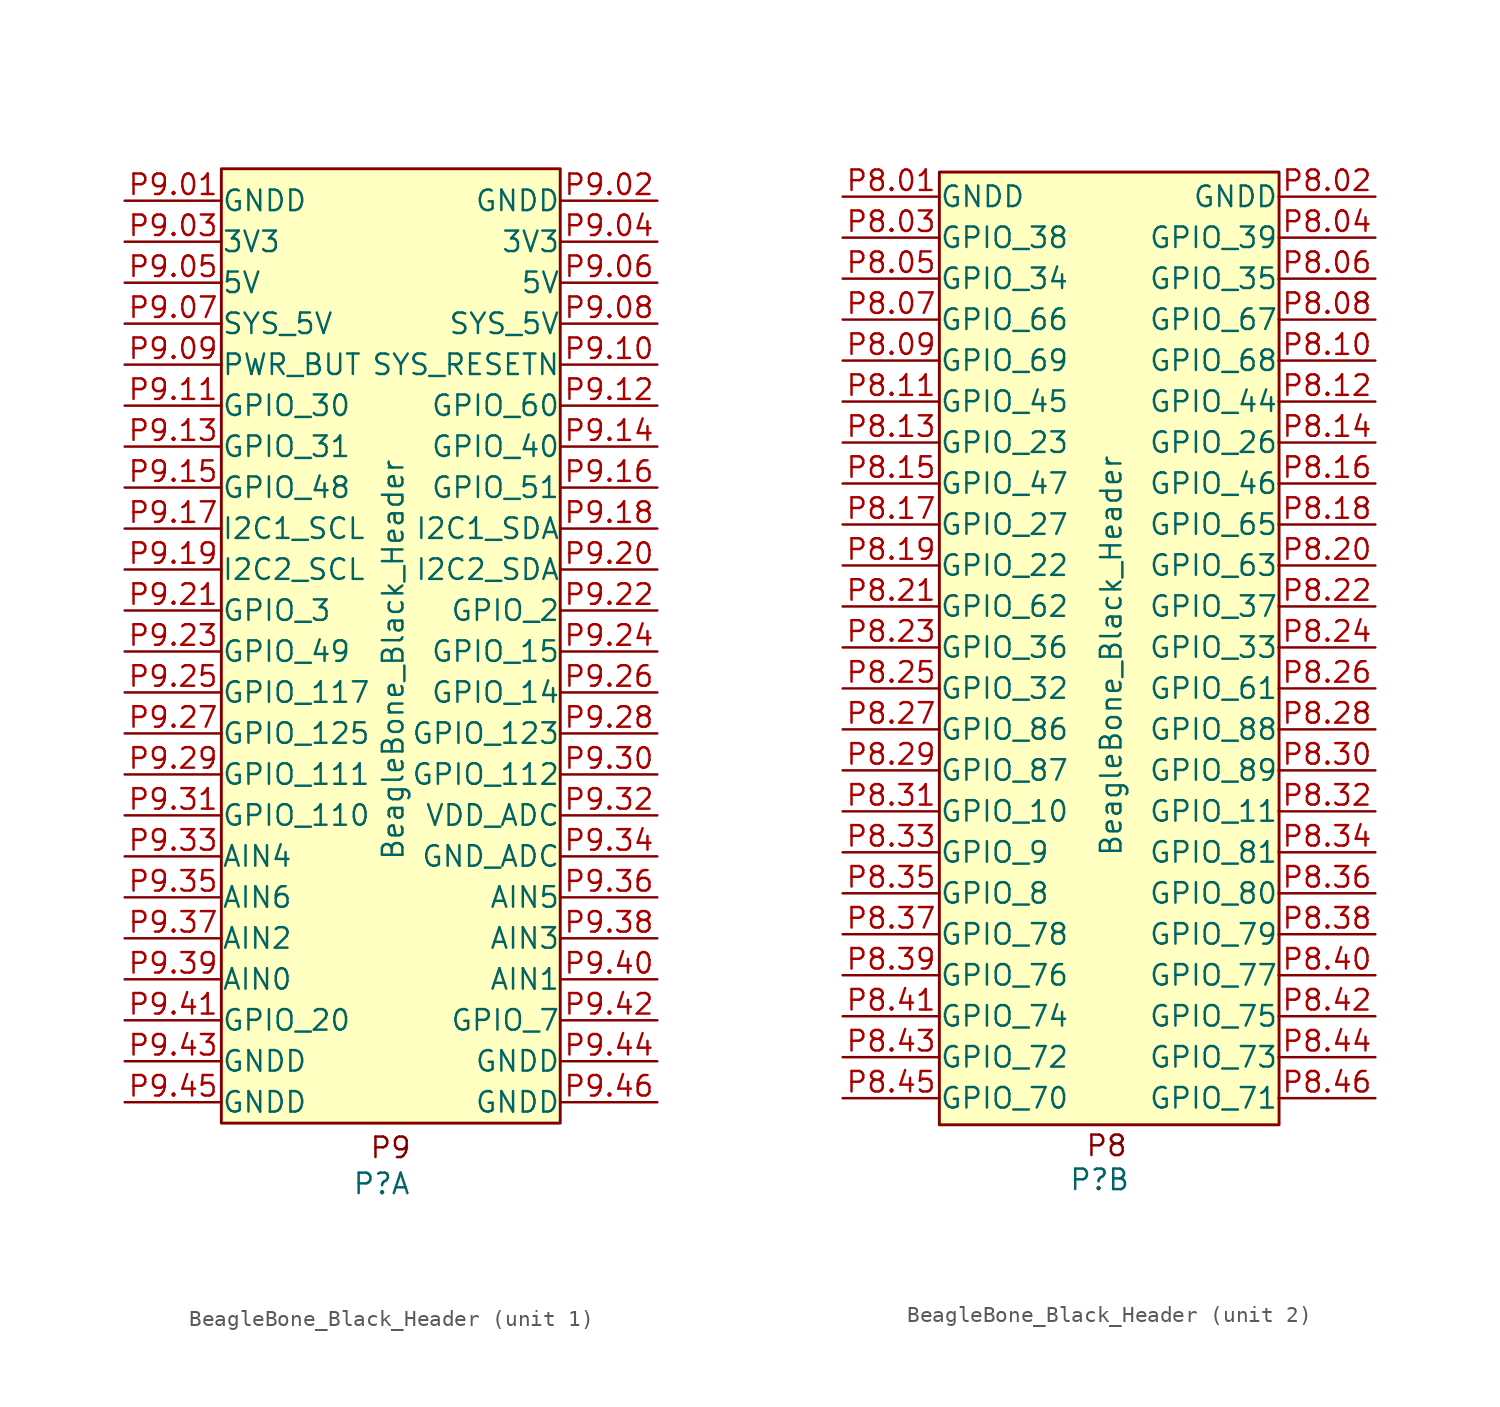
<source format=kicad_sym>
(kicad_symbol_lib
  (version 20241209)
  (generator "kicad_symbol_editor")
  (generator_version "9.0")
  (symbol "BeagleBone_Black_Header"
    (pin_names
      (offset 0.002))
    (property "Reference" "P"
      (at -0.584 -29.185 0)
      (effects (font (size 1.27 1.27))))
    (property "Value" "BeagleBone_Black_Header"
      (at 0.127 3.302 90)
      (effects (font (size 1.27 1.27))))
    (property "ki_locked" ""
      (at 0 0 0)
      (effects (font (size 1.27 1.27))))
    (symbol "BeagleBone_Black_Header_1_0"
      (text "P9" (at -0.025 -26.949 0) (effects (font (size 1.27 1.27)))))
    (symbol "BeagleBone_Black_Header_1_1"
      (rectangle (start -10.516 33.731) (end 10.49 -25.425) (stroke (width 0.18) (type default)) (fill (type background)))
      (pin power_in line (at -16.51 31.75 0) (length 6) (name "GNDD" (effects (font (size 1.27 1.27)))) (number "P9.01" (effects (font (size 1.27 1.27)))))
      (pin power_out line (at -16.51 29.21 0) (length 6) (name "3V3" (effects (font (size 1.27 1.27)))) (number "P9.03" (effects (font (size 1.27 1.27)))))
      (pin power_out line (at -16.51 26.67 0) (length 6) (name "5V" (effects (font (size 1.27 1.27)))) (number "P9.05" (effects (font (size 1.27 1.27)))))
      (pin power_out line (at -16.51 24.13 0) (length 6) (name "SYS_5V" (effects (font (size 1.27 1.27)))) (number "P9.07" (effects (font (size 1.27 1.27)))))
      (pin passive line (at -16.51 21.59 0) (length 6) (name "PWR_BUT" (effects (font (size 1.27 1.27)))) (number "P9.09" (effects (font (size 1.27 1.27)))))
      (pin bidirectional line (at -16.51 19.05 0) (length 6) (name "GPIO_30" (effects (font (size 1.27 1.27)))) (number "P9.11" (effects (font (size 1.27 1.27)))))
      (pin bidirectional line (at -16.51 16.51 0) (length 6) (name "GPIO_31" (effects (font (size 1.27 1.27)))) (number "P9.13" (effects (font (size 1.27 1.27)))))
      (pin bidirectional line (at -16.51 13.97 0) (length 6) (name "GPIO_48" (effects (font (size 1.27 1.27)))) (number "P9.15" (effects (font (size 1.27 1.27)))))
      (pin passive line (at -16.51 11.43 0) (length 6) (name "I2C1_SCL" (effects (font (size 1.27 1.27)))) (number "P9.17" (effects (font (size 1.27 1.27)))))
      (pin passive line (at -16.51 8.89 0) (length 6) (name "I2C2_SCL" (effects (font (size 1.27 1.27)))) (number "P9.19" (effects (font (size 1.27 1.27)))) (alternate "GPIO_4" passive line))
      (pin bidirectional line (at -16.51 6.35 0) (length 6) (name "GPIO_3" (effects (font (size 1.27 1.27)))) (number "P9.21" (effects (font (size 1.27 1.27)))))
      (pin bidirectional line (at -16.51 3.81 0) (length 6) (name "GPIO_49" (effects (font (size 1.27 1.27)))) (number "P9.23" (effects (font (size 1.27 1.27)))))
      (pin bidirectional line (at -16.51 1.27 0) (length 6) (name "GPIO_117" (effects (font (size 1.27 1.27)))) (number "P9.25" (effects (font (size 1.27 1.27)))))
      (pin bidirectional line (at -16.51 -1.27 0) (length 6) (name "GPIO_125" (effects (font (size 1.27 1.27)))) (number "P9.27" (effects (font (size 1.27 1.27)))))
      (pin bidirectional line (at -16.51 -3.81 0) (length 6) (name "GPIO_111" (effects (font (size 1.27 1.27)))) (number "P9.29" (effects (font (size 1.27 1.27)))))
      (pin bidirectional line (at -16.51 -6.35 0) (length 6) (name "GPIO_110" (effects (font (size 1.27 1.27)))) (number "P9.31" (effects (font (size 1.27 1.27)))))
      (pin passive line (at -16.51 -8.89 0) (length 6) (name "AIN4" (effects (font (size 1.27 1.27)))) (number "P9.33" (effects (font (size 1.27 1.27)))))
      (pin passive line (at -16.51 -11.43 0) (length 6) (name "AIN6" (effects (font (size 1.27 1.27)))) (number "P9.35" (effects (font (size 1.27 1.27)))))
      (pin passive line (at -16.51 -13.97 0) (length 6) (name "AIN2" (effects (font (size 1.27 1.27)))) (number "P9.37" (effects (font (size 1.27 1.27)))))
      (pin passive line (at -16.51 -16.51 0) (length 6) (name "AIN0" (effects (font (size 1.27 1.27)))) (number "P9.39" (effects (font (size 1.27 1.27)))))
      (pin bidirectional line (at -16.51 -19.05 0) (length 6) (name "GPIO_20" (effects (font (size 1.27 1.27)))) (number "P9.41" (effects (font (size 1.27 1.27)))))
      (pin power_in line (at -16.51 -21.59 0) (length 6) (name "GNDD" (effects (font (size 1.27 1.27)))) (number "P9.43" (effects (font (size 1.27 1.27)))))
      (pin power_in line (at -16.51 -24.13 0) (length 6) (name "GNDD" (effects (font (size 1.27 1.27)))) (number "P9.45" (effects (font (size 1.27 1.27)))))
      (pin power_in line (at 16.51 31.75 180) (length 6) (name "GNDD" (effects (font (size 1.27 1.27)))) (number "P9.02" (effects (font (size 1.27 1.27)))))
      (pin power_out line (at 16.51 29.21 180) (length 6) (name "3V3" (effects (font (size 1.27 1.27)))) (number "P9.04" (effects (font (size 1.27 1.27)))))
      (pin power_out line (at 16.51 26.67 180) (length 6) (name "5V" (effects (font (size 1.27 1.27)))) (number "P9.06" (effects (font (size 1.27 1.27)))))
      (pin power_out line (at 16.51 24.13 180) (length 6) (name "SYS_5V" (effects (font (size 1.27 1.27)))) (number "P9.08" (effects (font (size 1.27 1.27)))))
      (pin passive line (at 16.51 21.59 180) (length 6) (name "SYS_RESETN" (effects (font (size 1.27 1.27)))) (number "P9.10" (effects (font (size 1.27 1.27)))))
      (pin bidirectional line (at 16.51 19.05 180) (length 6) (name "GPIO_60" (effects (font (size 1.27 1.27)))) (number "P9.12" (effects (font (size 1.27 1.27)))))
      (pin bidirectional line (at 16.51 16.51 180) (length 6) (name "GPIO_40" (effects (font (size 1.27 1.27)))) (number "P9.14" (effects (font (size 1.27 1.27)))))
      (pin bidirectional line (at 16.51 13.97 180) (length 6) (name "GPIO_51" (effects (font (size 1.27 1.27)))) (number "P9.16" (effects (font (size 1.27 1.27)))))
      (pin passive line (at 16.51 11.43 180) (length 6) (name "I2C1_SDA" (effects (font (size 1.27 1.27)))) (number "P9.18" (effects (font (size 1.27 1.27)))))
      (pin passive line (at 16.51 8.89 180) (length 6) (name "I2C2_SDA" (effects (font (size 1.27 1.27)))) (number "P9.20" (effects (font (size 1.27 1.27)))))
      (pin bidirectional line (at 16.51 6.35 180) (length 6) (name "GPIO_2" (effects (font (size 1.27 1.27)))) (number "P9.22" (effects (font (size 1.27 1.27)))))
      (pin bidirectional line (at 16.51 3.81 180) (length 6) (name "GPIO_15" (effects (font (size 1.27 1.27)))) (number "P9.24" (effects (font (size 1.27 1.27)))))
      (pin bidirectional line (at 16.51 1.27 180) (length 6) (name "GPIO_14" (effects (font (size 1.27 1.27)))) (number "P9.26" (effects (font (size 1.27 1.27)))))
      (pin bidirectional line (at 16.51 -1.27 180) (length 6) (name "GPIO_123" (effects (font (size 1.27 1.27)))) (number "P9.28" (effects (font (size 1.27 1.27)))))
      (pin bidirectional line (at 16.51 -3.81 180) (length 6) (name "GPIO_112" (effects (font (size 1.27 1.27)))) (number "P9.30" (effects (font (size 1.27 1.27)))))
      (pin passive line (at 16.51 -6.35 180) (length 6) (name "VDD_ADC" (effects (font (size 1.27 1.27)))) (number "P9.32" (effects (font (size 1.27 1.27)))))
      (pin passive line (at 16.51 -8.89 180) (length 6) (name "GND_ADC" (effects (font (size 1.27 1.27)))) (number "P9.34" (effects (font (size 1.27 1.27)))))
      (pin passive line (at 16.51 -11.43 180) (length 6) (name "AIN5" (effects (font (size 1.27 1.27)))) (number "P9.36" (effects (font (size 1.27 1.27)))))
      (pin passive line (at 16.51 -13.97 180) (length 6) (name "AIN3" (effects (font (size 1.27 1.27)))) (number "P9.38" (effects (font (size 1.27 1.27)))))
      (pin passive line (at 16.51 -16.51 180) (length 6) (name "AIN1" (effects (font (size 1.27 1.27)))) (number "P9.40" (effects (font (size 1.27 1.27)))))
      (pin bidirectional line (at 16.51 -19.05 180) (length 6) (name "GPIO_7" (effects (font (size 1.27 1.27)))) (number "P9.42" (effects (font (size 1.27 1.27)))))
      (pin power_in line (at 16.51 -21.59 180) (length 6) (name "GNDD" (effects (font (size 1.27 1.27)))) (number "P9.44" (effects (font (size 1.27 1.27)))))
      (pin power_in line (at 16.51 -24.13 180) (length 6) (name "GNDD" (effects (font (size 1.27 1.27)))) (number "P9.46" (effects (font (size 1.27 1.27))))))
    (symbol "BeagleBone_Black_Header_2_0"
      (text "P8" (at -0.152 -27.076 0) (effects (font (size 1.27 1.27)))))
    (symbol "BeagleBone_Black_Header_2_1"
      (rectangle (start -10.516 33.274) (end 10.541 -25.781) (stroke (width 0.18) (type default)) (fill (type background)))
      (pin power_in line (at -16.51 31.75 0) (length 6) (name "GNDD" (effects (font (size 1.27 1.27)))) (number "P8.01" (effects (font (size 1.27 1.27)))))
      (pin bidirectional line (at -16.51 29.21 0) (length 6) (name "GPIO_38" (effects (font (size 1.27 1.27)))) (number "P8.03" (effects (font (size 1.27 1.27)))))
      (pin bidirectional line (at -16.51 26.67 0) (length 6) (name "GPIO_34" (effects (font (size 1.27 1.27)))) (number "P8.05" (effects (font (size 1.27 1.27)))))
      (pin bidirectional line (at -16.51 24.13 0) (length 6) (name "GPIO_66" (effects (font (size 1.27 1.27)))) (number "P8.07" (effects (font (size 1.27 1.27)))))
      (pin bidirectional line (at -16.51 21.59 0) (length 6) (name "GPIO_69" (effects (font (size 1.27 1.27)))) (number "P8.09" (effects (font (size 1.27 1.27)))))
      (pin bidirectional line (at -16.51 19.05 0) (length 6) (name "GPIO_45" (effects (font (size 1.27 1.27)))) (number "P8.11" (effects (font (size 1.27 1.27)))))
      (pin bidirectional line (at -16.51 16.51 0) (length 6) (name "GPIO_23" (effects (font (size 1.27 1.27)))) (number "P8.13" (effects (font (size 1.27 1.27)))))
      (pin bidirectional line (at -16.51 13.97 0) (length 6) (name "GPIO_47" (effects (font (size 1.27 1.27)))) (number "P8.15" (effects (font (size 1.27 1.27)))))
      (pin bidirectional line (at -16.51 11.43 0) (length 6) (name "GPIO_27" (effects (font (size 1.27 1.27)))) (number "P8.17" (effects (font (size 1.27 1.27)))))
      (pin bidirectional line (at -16.51 8.89 0) (length 6) (name "GPIO_22" (effects (font (size 1.27 1.27)))) (number "P8.19" (effects (font (size 1.27 1.27)))))
      (pin bidirectional line (at -16.51 6.35 0) (length 6) (name "GPIO_62" (effects (font (size 1.27 1.27)))) (number "P8.21" (effects (font (size 1.27 1.27)))))
      (pin bidirectional line (at -16.51 3.81 0) (length 6) (name "GPIO_36" (effects (font (size 1.27 1.27)))) (number "P8.23" (effects (font (size 1.27 1.27)))))
      (pin bidirectional line (at -16.51 1.27 0) (length 6) (name "GPIO_32" (effects (font (size 1.27 1.27)))) (number "P8.25" (effects (font (size 1.27 1.27)))))
      (pin bidirectional line (at -16.51 -1.27 0) (length 6) (name "GPIO_86" (effects (font (size 1.27 1.27)))) (number "P8.27" (effects (font (size 1.27 1.27)))))
      (pin bidirectional line (at -16.51 -3.81 0) (length 6) (name "GPIO_87" (effects (font (size 1.27 1.27)))) (number "P8.29" (effects (font (size 1.27 1.27)))))
      (pin bidirectional line (at -16.51 -6.35 0) (length 6) (name "GPIO_10" (effects (font (size 1.27 1.27)))) (number "P8.31" (effects (font (size 1.27 1.27)))))
      (pin bidirectional line (at -16.51 -8.89 0) (length 6) (name "GPIO_9" (effects (font (size 1.27 1.27)))) (number "P8.33" (effects (font (size 1.27 1.27)))))
      (pin bidirectional line (at -16.51 -11.43 0) (length 6) (name "GPIO_8" (effects (font (size 1.27 1.27)))) (number "P8.35" (effects (font (size 1.27 1.27)))))
      (pin bidirectional line (at -16.51 -13.97 0) (length 6) (name "GPIO_78" (effects (font (size 1.27 1.27)))) (number "P8.37" (effects (font (size 1.27 1.27)))))
      (pin bidirectional line (at -16.51 -16.51 0) (length 6) (name "GPIO_76" (effects (font (size 1.27 1.27)))) (number "P8.39" (effects (font (size 1.27 1.27)))))
      (pin bidirectional line (at -16.51 -19.05 0) (length 6) (name "GPIO_74" (effects (font (size 1.27 1.27)))) (number "P8.41" (effects (font (size 1.27 1.27)))))
      (pin bidirectional line (at -16.51 -21.59 0) (length 6) (name "GPIO_72" (effects (font (size 1.27 1.27)))) (number "P8.43" (effects (font (size 1.27 1.27)))))
      (pin bidirectional line (at -16.51 -24.13 0) (length 6) (name "GPIO_70" (effects (font (size 1.27 1.27)))) (number "P8.45" (effects (font (size 1.27 1.27)))))
      (pin power_in line (at 16.51 31.75 180) (length 6) (name "GNDD" (effects (font (size 1.27 1.27)))) (number "P8.02" (effects (font (size 1.27 1.27)))))
      (pin bidirectional line (at 16.51 29.21 180) (length 6) (name "GPIO_39" (effects (font (size 1.27 1.27)))) (number "P8.04" (effects (font (size 1.27 1.27)))))
      (pin bidirectional line (at 16.51 26.67 180) (length 6) (name "GPIO_35" (effects (font (size 1.27 1.27)))) (number "P8.06" (effects (font (size 1.27 1.27)))))
      (pin bidirectional line (at 16.51 24.13 180) (length 6) (name "GPIO_67" (effects (font (size 1.27 1.27)))) (number "P8.08" (effects (font (size 1.27 1.27)))))
      (pin bidirectional line (at 16.51 21.59 180) (length 6) (name "GPIO_68" (effects (font (size 1.27 1.27)))) (number "P8.10" (effects (font (size 1.27 1.27)))))
      (pin bidirectional line (at 16.51 19.05 180) (length 6) (name "GPIO_44" (effects (font (size 1.27 1.27)))) (number "P8.12" (effects (font (size 1.27 1.27)))))
      (pin bidirectional line (at 16.51 16.51 180) (length 6) (name "GPIO_26" (effects (font (size 1.27 1.27)))) (number "P8.14" (effects (font (size 1.27 1.27)))))
      (pin bidirectional line (at 16.51 13.97 180) (length 6) (name "GPIO_46" (effects (font (size 1.27 1.27)))) (number "P8.16" (effects (font (size 1.27 1.27)))))
      (pin bidirectional line (at 16.51 11.43 180) (length 6) (name "GPIO_65" (effects (font (size 1.27 1.27)))) (number "P8.18" (effects (font (size 1.27 1.27)))))
      (pin bidirectional line (at 16.51 8.89 180) (length 6) (name "GPIO_63" (effects (font (size 1.27 1.27)))) (number "P8.20" (effects (font (size 1.27 1.27)))))
      (pin bidirectional line (at 16.51 6.35 180) (length 6) (name "GPIO_37" (effects (font (size 1.27 1.27)))) (number "P8.22" (effects (font (size 1.27 1.27)))))
      (pin bidirectional line (at 16.51 3.81 180) (length 6) (name "GPIO_33" (effects (font (size 1.27 1.27)))) (number "P8.24" (effects (font (size 1.27 1.27)))))
      (pin bidirectional line (at 16.51 1.27 180) (length 6) (name "GPIO_61" (effects (font (size 1.27 1.27)))) (number "P8.26" (effects (font (size 1.27 1.27)))))
      (pin bidirectional line (at 16.51 -1.27 180) (length 6) (name "GPIO_88" (effects (font (size 1.27 1.27)))) (number "P8.28" (effects (font (size 1.27 1.27)))))
      (pin bidirectional line (at 16.51 -3.81 180) (length 6) (name "GPIO_89" (effects (font (size 1.27 1.27)))) (number "P8.30" (effects (font (size 1.27 1.27)))))
      (pin bidirectional line (at 16.51 -6.35 180) (length 6) (name "GPIO_11" (effects (font (size 1.27 1.27)))) (number "P8.32" (effects (font (size 1.27 1.27)))))
      (pin bidirectional line (at 16.51 -8.89 180) (length 6) (name "GPIO_81" (effects (font (size 1.27 1.27)))) (number "P8.34" (effects (font (size 1.27 1.27)))))
      (pin bidirectional line (at 16.51 -11.43 180) (length 6) (name "GPIO_80" (effects (font (size 1.27 1.27)))) (number "P8.36" (effects (font (size 1.27 1.27)))))
      (pin bidirectional line (at 16.51 -13.97 180) (length 6) (name "GPIO_79" (effects (font (size 1.27 1.27)))) (number "P8.38" (effects (font (size 1.27 1.27)))))
      (pin bidirectional line (at 16.51 -16.51 180) (length 6) (name "GPIO_77" (effects (font (size 1.27 1.27)))) (number "P8.40" (effects (font (size 1.27 1.27)))))
      (pin bidirectional line (at 16.51 -19.05 180) (length 6) (name "GPIO_75" (effects (font (size 1.27 1.27)))) (number "P8.42" (effects (font (size 1.27 1.27)))))
      (pin bidirectional line (at 16.51 -21.59 180) (length 6) (name "GPIO_73" (effects (font (size 1.27 1.27)))) (number "P8.44" (effects (font (size 1.27 1.27)))))
      (pin bidirectional line (at 16.51 -24.13 180) (length 6) (name "GPIO_71" (effects (font (size 1.27 1.27)))) (number "P8.46" (effects (font (size 1.27 1.27))))))))
</source>
